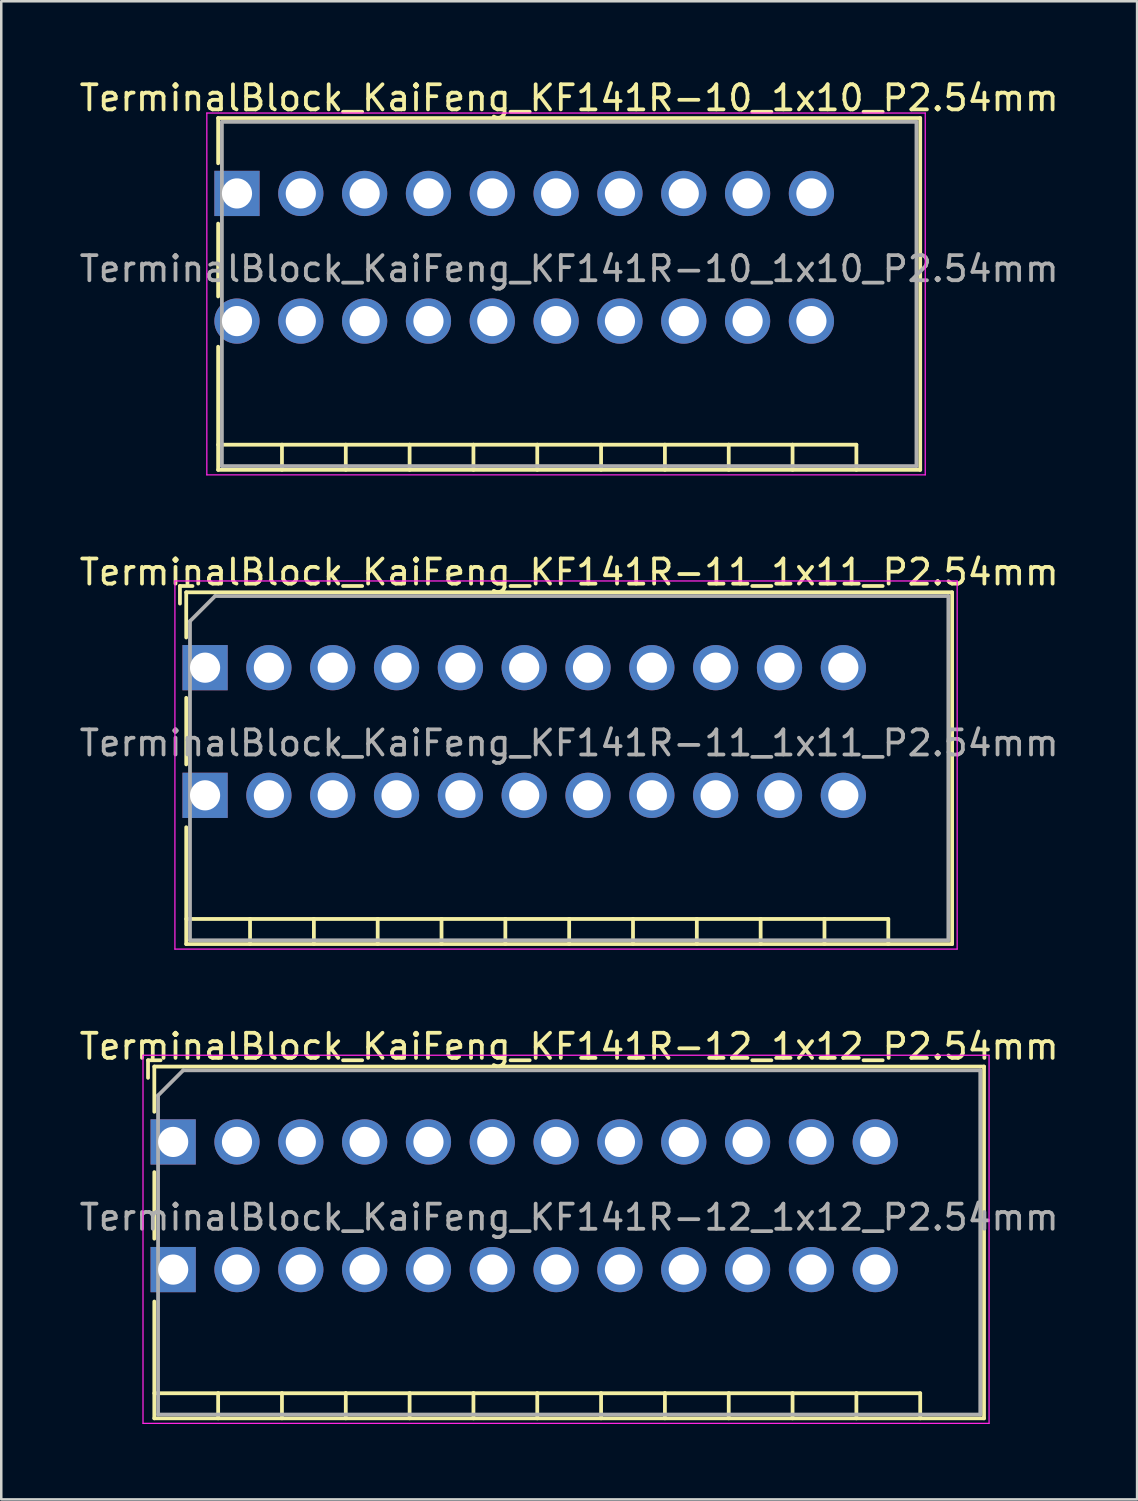
<source format=kicad_pcb>
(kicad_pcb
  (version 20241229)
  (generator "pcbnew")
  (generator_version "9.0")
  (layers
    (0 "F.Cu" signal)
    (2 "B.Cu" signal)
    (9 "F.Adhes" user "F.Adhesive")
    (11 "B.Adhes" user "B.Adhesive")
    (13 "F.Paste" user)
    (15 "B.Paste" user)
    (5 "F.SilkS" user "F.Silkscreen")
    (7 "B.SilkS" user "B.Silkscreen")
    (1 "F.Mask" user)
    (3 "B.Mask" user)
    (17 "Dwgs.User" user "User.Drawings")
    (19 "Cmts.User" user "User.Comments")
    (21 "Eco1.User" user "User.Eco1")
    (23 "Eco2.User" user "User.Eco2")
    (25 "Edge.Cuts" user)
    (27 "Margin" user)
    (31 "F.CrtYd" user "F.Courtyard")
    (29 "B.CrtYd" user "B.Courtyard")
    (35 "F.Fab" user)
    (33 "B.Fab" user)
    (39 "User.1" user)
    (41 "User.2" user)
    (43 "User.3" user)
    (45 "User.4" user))
  (footprint "TerminalBlock_KaiFeng_KF141R-12_1x12_P2.54mm"
    (layer "F.Cu")
    (at 3.841 42.395)
    (property "Reference" "TerminalBlock_KaiFeng_KF141R-12_1x12_P2.54mm" (at 15.76 -3.8 0) (layer "F.SilkS") (effects (font (size 1 1) (thickness 0.15))))
    (attr through_hole)
    (fp_line (start -1 -3.25) (end -1 -2.55) (stroke (width 0.15) (type solid)) (layer "F.SilkS"))
    (fp_line (start -1 -3.25) (end -0.5 -3.25) (stroke (width 0.15) (type solid)) (layer "F.SilkS"))
    (fp_line (start -0.75 -3) (end -0.75 -1.2) (stroke (width 0.15) (type solid)) (layer "F.SilkS"))
    (fp_line (start -0.75 -3) (end 32.27 -3) (stroke (width 0.15) (type solid)) (layer "F.SilkS"))
    (fp_line (start -0.75 3.85) (end -0.75 1.2) (stroke (width 0.15) (type solid)) (layer "F.SilkS"))
    (fp_line (start -0.75 6.35) (end -0.75 11) (stroke (width 0.15) (type solid)) (layer "F.SilkS"))
    (fp_line (start -0.75 10) (end 1.79 10) (stroke (width 0.15) (type solid)) (layer "F.SilkS"))
    (fp_line (start -0.75 11) (end 32.27 11) (stroke (width 0.15) (type solid)) (layer "F.SilkS"))
    (fp_line (start 1.79 10) (end 1.79 11) (stroke (width 0.15) (type solid)) (layer "F.SilkS"))
    (fp_line (start 1.79 10) (end 4.33 10) (stroke (width 0.15) (type solid)) (layer "F.SilkS"))
    (fp_line (start 4.33 10) (end 4.33 11) (stroke (width 0.15) (type solid)) (layer "F.SilkS"))
    (fp_line (start 4.33 10) (end 6.87 10) (stroke (width 0.15) (type solid)) (layer "F.SilkS"))
    (fp_line (start 6.87 10) (end 6.87 11) (stroke (width 0.15) (type solid)) (layer "F.SilkS"))
    (fp_line (start 6.87 10) (end 9.41 10) (stroke (width 0.15) (type solid)) (layer "F.SilkS"))
    (fp_line (start 9.41 10) (end 9.41 11) (stroke (width 0.15) (type solid)) (layer "F.SilkS"))
    (fp_line (start 9.41 10) (end 11.95 10) (stroke (width 0.15) (type solid)) (layer "F.SilkS"))
    (fp_line (start 11.95 10) (end 11.95 11) (stroke (width 0.15) (type solid)) (layer "F.SilkS"))
    (fp_line (start 11.95 10) (end 14.49 10) (stroke (width 0.15) (type solid)) (layer "F.SilkS"))
    (fp_line (start 14.49 10) (end 14.49 11) (stroke (width 0.15) (type solid)) (layer "F.SilkS"))
    (fp_line (start 14.49 10) (end 17.03 10) (stroke (width 0.15) (type solid)) (layer "F.SilkS"))
    (fp_line (start 17.03 10) (end 17.03 11) (stroke (width 0.15) (type solid)) (layer "F.SilkS"))
    (fp_line (start 17.03 10) (end 19.57 10) (stroke (width 0.15) (type solid)) (layer "F.SilkS"))
    (fp_line (start 19.57 10) (end 19.57 11) (stroke (width 0.15) (type solid)) (layer "F.SilkS"))
    (fp_line (start 19.57 10) (end 22.11 10) (stroke (width 0.15) (type solid)) (layer "F.SilkS"))
    (fp_line (start 22.11 10) (end 22.11 11) (stroke (width 0.15) (type solid)) (layer "F.SilkS"))
    (fp_line (start 22.11 10) (end 24.65 10) (stroke (width 0.15) (type solid)) (layer "F.SilkS"))
    (fp_line (start 24.65 10) (end 24.65 11) (stroke (width 0.15) (type solid)) (layer "F.SilkS"))
    (fp_line (start 24.65 10) (end 27.19 10) (stroke (width 0.15) (type solid)) (layer "F.SilkS"))
    (fp_line (start 27.19 10) (end 27.19 11) (stroke (width 0.15) (type solid)) (layer "F.SilkS"))
    (fp_line (start 27.19 10) (end 29.73 10) (stroke (width 0.15) (type solid)) (layer "F.SilkS"))
    (fp_line (start 29.73 10) (end 29.73 11) (stroke (width 0.15) (type solid)) (layer "F.SilkS"))
    (fp_line (start 32.27 -3) (end 32.27 11) (stroke (width 0.15) (type solid)) (layer "F.SilkS"))
    (fp_line (start -1.2 -3.45) (end -1.2 11.2) (stroke (width 0.05) (type solid)) (layer "F.CrtYd"))
    (fp_line (start -1.2 -3.45) (end 32.47 -3.45) (stroke (width 0.05) (type solid)) (layer "F.CrtYd"))
    (fp_line (start 32.47 -3.45) (end 32.47 11.2) (stroke (width 0.05) (type solid)) (layer "F.CrtYd"))
    (fp_line (start 32.47 11.2) (end -1.2 11.2) (stroke (width 0.05) (type solid)) (layer "F.CrtYd"))
    (fp_line (start -0.6 -1.85) (end 0.4 -2.85) (stroke (width 0.15) (type solid)) (layer "F.Fab"))
    (fp_line (start -0.6 10.85) (end -0.6 -1.85) (stroke (width 0.15) (type solid)) (layer "F.Fab"))
    (fp_line (start 0.4 -2.85) (end 32.12 -2.85) (stroke (width 0.15) (type solid)) (layer "F.Fab"))
    (fp_line (start 32.12 -2.85) (end 32.12 10.85) (stroke (width 0.15) (type solid)) (layer "F.Fab"))
    (fp_line (start 32.12 10.85) (end -0.6 10.85) (stroke (width 0.15) (type solid)) (layer "F.Fab"))
    (fp_text user "${REFERENCE}" (at 15.76 3 0) (layer "F.Fab") (effects (font (size 1 1) (thickness 0.15))))
    (pad "1" thru_hole rect (at 0 0) (size 1.8 1.8) (drill 1.2) (layers "*.Cu" "*.Mask"))
    (pad "1" thru_hole rect (at 0 5.08) (size 1.8 1.8) (drill 1.2) (layers "*.Cu" "*.Mask"))
    (pad "2" thru_hole circle (at 2.54 0) (size 1.8 1.8) (drill 1.2) (layers "*.Cu" "*.Mask"))
    (pad "2" thru_hole circle (at 2.54 5.08) (size 1.8 1.8) (drill 1.2) (layers "*.Cu" "*.Mask"))
    (pad "3" thru_hole circle (at 5.08 0) (size 1.8 1.8) (drill 1.2) (layers "*.Cu" "*.Mask"))
    (pad "3" thru_hole circle (at 5.08 5.08) (size 1.8 1.8) (drill 1.2) (layers "*.Cu" "*.Mask"))
    (pad "4" thru_hole circle (at 7.62 0) (size 1.8 1.8) (drill 1.2) (layers "*.Cu" "*.Mask"))
    (pad "4" thru_hole circle (at 7.62 5.08) (size 1.8 1.8) (drill 1.2) (layers "*.Cu" "*.Mask"))
    (pad "5" thru_hole circle (at 10.16 0) (size 1.8 1.8) (drill 1.2) (layers "*.Cu" "*.Mask"))
    (pad "5" thru_hole circle (at 10.16 5.08) (size 1.8 1.8) (drill 1.2) (layers "*.Cu" "*.Mask"))
    (pad "6" thru_hole circle (at 12.7 0) (size 1.8 1.8) (drill 1.2) (layers "*.Cu" "*.Mask"))
    (pad "6" thru_hole circle (at 12.7 5.08) (size 1.8 1.8) (drill 1.2) (layers "*.Cu" "*.Mask"))
    (pad "7" thru_hole circle (at 15.24 0) (size 1.8 1.8) (drill 1.2) (layers "*.Cu" "*.Mask"))
    (pad "7" thru_hole circle (at 15.24 5.08) (size 1.8 1.8) (drill 1.2) (layers "*.Cu" "*.Mask"))
    (pad "8" thru_hole circle (at 17.78 0) (size 1.8 1.8) (drill 1.2) (layers "*.Cu" "*.Mask"))
    (pad "8" thru_hole circle (at 17.78 5.08) (size 1.8 1.8) (drill 1.2) (layers "*.Cu" "*.Mask"))
    (pad "9" thru_hole circle (at 20.32 0) (size 1.8 1.8) (drill 1.2) (layers "*.Cu" "*.Mask"))
    (pad "9" thru_hole circle (at 20.32 5.08) (size 1.8 1.8) (drill 1.2) (layers "*.Cu" "*.Mask"))
    (pad "10" thru_hole circle (at 22.86 0) (size 1.8 1.8) (drill 1.2) (layers "*.Cu" "*.Mask"))
    (pad "10" thru_hole circle (at 22.86 5.08) (size 1.8 1.8) (drill 1.2) (layers "*.Cu" "*.Mask"))
    (pad "11" thru_hole circle (at 25.4 0) (size 1.8 1.8) (drill 1.2) (layers "*.Cu" "*.Mask"))
    (pad "11" thru_hole circle (at 25.4 5.08) (size 1.8 1.8) (drill 1.2) (layers "*.Cu" "*.Mask"))
    (pad "12" thru_hole circle (at 27.94 0) (size 1.8 1.8) (drill 1.2) (layers "*.Cu" "*.Mask"))
    (pad "12" thru_hole circle (at 27.94 5.08) (size 1.8 1.8) (drill 1.2) (layers "*.Cu" "*.Mask")))
  (footprint "TerminalBlock_KaiFeng_KF141R-11_1x11_P2.54mm"
    (layer "F.Cu")
    (at 5.111 23.521)
    (property "Reference" "TerminalBlock_KaiFeng_KF141R-11_1x11_P2.54mm" (at 14.49 -3.8 0) (layer "F.SilkS") (effects (font (size 1 1) (thickness 0.15))))
    (attr through_hole)
    (fp_line (start -1 -3.25) (end -1 -2.55) (stroke (width 0.15) (type solid)) (layer "F.SilkS"))
    (fp_line (start -1 -3.25) (end -0.5 -3.25) (stroke (width 0.15) (type solid)) (layer "F.SilkS"))
    (fp_line (start -0.75 -3) (end -0.75 -1.2) (stroke (width 0.15) (type solid)) (layer "F.SilkS"))
    (fp_line (start -0.75 -3) (end 29.73 -3) (stroke (width 0.15) (type solid)) (layer "F.SilkS"))
    (fp_line (start -0.75 3.85) (end -0.75 1.2) (stroke (width 0.15) (type solid)) (layer "F.SilkS"))
    (fp_line (start -0.75 6.35) (end -0.75 11) (stroke (width 0.15) (type solid)) (layer "F.SilkS"))
    (fp_line (start -0.75 10) (end 1.79 10) (stroke (width 0.15) (type solid)) (layer "F.SilkS"))
    (fp_line (start -0.75 11) (end 29.73 11) (stroke (width 0.15) (type solid)) (layer "F.SilkS"))
    (fp_line (start 1.79 10) (end 1.79 11) (stroke (width 0.15) (type solid)) (layer "F.SilkS"))
    (fp_line (start 1.79 10) (end 4.33 10) (stroke (width 0.15) (type solid)) (layer "F.SilkS"))
    (fp_line (start 4.33 10) (end 4.33 11) (stroke (width 0.15) (type solid)) (layer "F.SilkS"))
    (fp_line (start 4.33 10) (end 6.87 10) (stroke (width 0.15) (type solid)) (layer "F.SilkS"))
    (fp_line (start 6.87 10) (end 6.87 11) (stroke (width 0.15) (type solid)) (layer "F.SilkS"))
    (fp_line (start 6.87 10) (end 9.41 10) (stroke (width 0.15) (type solid)) (layer "F.SilkS"))
    (fp_line (start 9.41 10) (end 9.41 11) (stroke (width 0.15) (type solid)) (layer "F.SilkS"))
    (fp_line (start 9.41 10) (end 11.95 10) (stroke (width 0.15) (type solid)) (layer "F.SilkS"))
    (fp_line (start 11.95 10) (end 11.95 11) (stroke (width 0.15) (type solid)) (layer "F.SilkS"))
    (fp_line (start 11.95 10) (end 14.49 10) (stroke (width 0.15) (type solid)) (layer "F.SilkS"))
    (fp_line (start 14.49 10) (end 14.49 11) (stroke (width 0.15) (type solid)) (layer "F.SilkS"))
    (fp_line (start 14.49 10) (end 17.03 10) (stroke (width 0.15) (type solid)) (layer "F.SilkS"))
    (fp_line (start 17.03 10) (end 17.03 11) (stroke (width 0.15) (type solid)) (layer "F.SilkS"))
    (fp_line (start 17.03 10) (end 19.57 10) (stroke (width 0.15) (type solid)) (layer "F.SilkS"))
    (fp_line (start 19.57 10) (end 19.57 11) (stroke (width 0.15) (type solid)) (layer "F.SilkS"))
    (fp_line (start 19.57 10) (end 22.11 10) (stroke (width 0.15) (type solid)) (layer "F.SilkS"))
    (fp_line (start 22.11 10) (end 22.11 11) (stroke (width 0.15) (type solid)) (layer "F.SilkS"))
    (fp_line (start 22.11 10) (end 24.65 10) (stroke (width 0.15) (type solid)) (layer "F.SilkS"))
    (fp_line (start 24.65 10) (end 24.65 11) (stroke (width 0.15) (type solid)) (layer "F.SilkS"))
    (fp_line (start 24.65 10) (end 27.19 10) (stroke (width 0.15) (type solid)) (layer "F.SilkS"))
    (fp_line (start 27.19 10) (end 27.19 11) (stroke (width 0.15) (type solid)) (layer "F.SilkS"))
    (fp_line (start 29.73 -3) (end 29.73 11) (stroke (width 0.15) (type solid)) (layer "F.SilkS"))
    (fp_line (start -1.2 -3.45) (end -1.2 11.2) (stroke (width 0.05) (type solid)) (layer "F.CrtYd"))
    (fp_line (start -1.2 -3.45) (end 29.93 -3.45) (stroke (width 0.05) (type solid)) (layer "F.CrtYd"))
    (fp_line (start 29.93 -3.45) (end 29.93 11.2) (stroke (width 0.05) (type solid)) (layer "F.CrtYd"))
    (fp_line (start 29.93 11.2) (end -1.2 11.2) (stroke (width 0.05) (type solid)) (layer "F.CrtYd"))
    (fp_line (start -0.6 -1.85) (end 0.4 -2.85) (stroke (width 0.15) (type solid)) (layer "F.Fab"))
    (fp_line (start -0.6 10.85) (end -0.6 -1.85) (stroke (width 0.15) (type solid)) (layer "F.Fab"))
    (fp_line (start 0.4 -2.85) (end 29.58 -2.85) (stroke (width 0.15) (type solid)) (layer "F.Fab"))
    (fp_line (start 29.58 -2.85) (end 29.58 10.85) (stroke (width 0.15) (type solid)) (layer "F.Fab"))
    (fp_line (start 29.58 10.85) (end -0.6 10.85) (stroke (width 0.15) (type solid)) (layer "F.Fab"))
    (fp_text user "${REFERENCE}" (at 14.49 3 0) (layer "F.Fab") (effects (font (size 1 1) (thickness 0.15))))
    (pad "1" thru_hole rect (at 0 0) (size 1.8 1.8) (drill 1.2) (layers "*.Cu" "*.Mask"))
    (pad "1" thru_hole rect (at 0 5.08) (size 1.8 1.8) (drill 1.2) (layers "*.Cu" "*.Mask"))
    (pad "2" thru_hole circle (at 2.54 0) (size 1.8 1.8) (drill 1.2) (layers "*.Cu" "*.Mask"))
    (pad "2" thru_hole circle (at 2.54 5.08) (size 1.8 1.8) (drill 1.2) (layers "*.Cu" "*.Mask"))
    (pad "3" thru_hole circle (at 5.08 0) (size 1.8 1.8) (drill 1.2) (layers "*.Cu" "*.Mask"))
    (pad "3" thru_hole circle (at 5.08 5.08) (size 1.8 1.8) (drill 1.2) (layers "*.Cu" "*.Mask"))
    (pad "4" thru_hole circle (at 7.62 0) (size 1.8 1.8) (drill 1.2) (layers "*.Cu" "*.Mask"))
    (pad "4" thru_hole circle (at 7.62 5.08) (size 1.8 1.8) (drill 1.2) (layers "*.Cu" "*.Mask"))
    (pad "5" thru_hole circle (at 10.16 0) (size 1.8 1.8) (drill 1.2) (layers "*.Cu" "*.Mask"))
    (pad "5" thru_hole circle (at 10.16 5.08) (size 1.8 1.8) (drill 1.2) (layers "*.Cu" "*.Mask"))
    (pad "6" thru_hole circle (at 12.7 0) (size 1.8 1.8) (drill 1.2) (layers "*.Cu" "*.Mask"))
    (pad "6" thru_hole circle (at 12.7 5.08) (size 1.8 1.8) (drill 1.2) (layers "*.Cu" "*.Mask"))
    (pad "7" thru_hole circle (at 15.24 0) (size 1.8 1.8) (drill 1.2) (layers "*.Cu" "*.Mask"))
    (pad "7" thru_hole circle (at 15.24 5.08) (size 1.8 1.8) (drill 1.2) (layers "*.Cu" "*.Mask"))
    (pad "8" thru_hole circle (at 17.78 0) (size 1.8 1.8) (drill 1.2) (layers "*.Cu" "*.Mask"))
    (pad "8" thru_hole circle (at 17.78 5.08) (size 1.8 1.8) (drill 1.2) (layers "*.Cu" "*.Mask"))
    (pad "9" thru_hole circle (at 20.32 0) (size 1.8 1.8) (drill 1.2) (layers "*.Cu" "*.Mask"))
    (pad "9" thru_hole circle (at 20.32 5.08) (size 1.8 1.8) (drill 1.2) (layers "*.Cu" "*.Mask"))
    (pad "10" thru_hole circle (at 22.86 0) (size 1.8 1.8) (drill 1.2) (layers "*.Cu" "*.Mask"))
    (pad "10" thru_hole circle (at 22.86 5.08) (size 1.8 1.8) (drill 1.2) (layers "*.Cu" "*.Mask"))
    (pad "11" thru_hole circle (at 25.4 0) (size 1.8 1.8) (drill 1.2) (layers "*.Cu" "*.Mask"))
    (pad "11" thru_hole circle (at 25.4 5.08) (size 1.8 1.8) (drill 1.2) (layers "*.Cu" "*.Mask")))
  (footprint "TerminalBlock_KaiFeng_KF141R-10_1x10_P2.54mm"
    (layer "F.Cu")
    (at 6.381 4.648)
    (property "Reference" "TerminalBlock_KaiFeng_KF141R-10_1x10_P2.54mm" (at 13.22 -3.8 0) (layer "F.SilkS") (effects (font (size 1 1) (thickness 0.15))))
    (attr through_hole)
    (fp_line (start -0.75 -3) (end -0.75 -1.2) (stroke (width 0.15) (type solid)) (layer "F.SilkS"))
    (fp_line (start -0.75 -3) (end 27.19 -3) (stroke (width 0.15) (type solid)) (layer "F.SilkS"))
    (fp_line (start -0.75 4.1) (end -0.75 1.2) (stroke (width 0.15) (type solid)) (layer "F.SilkS"))
    (fp_line (start -0.75 6.1) (end -0.75 11) (stroke (width 0.15) (type solid)) (layer "F.SilkS"))
    (fp_line (start -0.75 10) (end 1.79 10) (stroke (width 0.15) (type solid)) (layer "F.SilkS"))
    (fp_line (start -0.75 11) (end 27.19 11) (stroke (width 0.15) (type solid)) (layer "F.SilkS"))
    (fp_line (start 1.79 10) (end 1.79 11) (stroke (width 0.15) (type solid)) (layer "F.SilkS"))
    (fp_line (start 1.79 10) (end 4.33 10) (stroke (width 0.15) (type solid)) (layer "F.SilkS"))
    (fp_line (start 4.33 10) (end 4.33 11) (stroke (width 0.15) (type solid)) (layer "F.SilkS"))
    (fp_line (start 4.33 10) (end 6.87 10) (stroke (width 0.15) (type solid)) (layer "F.SilkS"))
    (fp_line (start 6.87 10) (end 6.87 11) (stroke (width 0.15) (type solid)) (layer "F.SilkS"))
    (fp_line (start 6.87 10) (end 9.41 10) (stroke (width 0.15) (type solid)) (layer "F.SilkS"))
    (fp_line (start 9.41 10) (end 9.41 11) (stroke (width 0.15) (type solid)) (layer "F.SilkS"))
    (fp_line (start 9.41 10) (end 11.95 10) (stroke (width 0.15) (type solid)) (layer "F.SilkS"))
    (fp_line (start 11.95 10) (end 11.95 11) (stroke (width 0.15) (type solid)) (layer "F.SilkS"))
    (fp_line (start 11.95 10) (end 14.49 10) (stroke (width 0.15) (type solid)) (layer "F.SilkS"))
    (fp_line (start 14.49 10) (end 14.49 11) (stroke (width 0.15) (type solid)) (layer "F.SilkS"))
    (fp_line (start 14.49 10) (end 17.03 10) (stroke (width 0.15) (type solid)) (layer "F.SilkS"))
    (fp_line (start 17.03 10) (end 17.03 11) (stroke (width 0.15) (type solid)) (layer "F.SilkS"))
    (fp_line (start 17.03 10) (end 19.57 10) (stroke (width 0.15) (type solid)) (layer "F.SilkS"))
    (fp_line (start 19.57 10) (end 19.57 11) (stroke (width 0.15) (type solid)) (layer "F.SilkS"))
    (fp_line (start 19.57 10) (end 22.11 10) (stroke (width 0.15) (type solid)) (layer "F.SilkS"))
    (fp_line (start 22.11 10) (end 22.11 11) (stroke (width 0.15) (type solid)) (layer "F.SilkS"))
    (fp_line (start 22.11 10) (end 24.65 10) (stroke (width 0.15) (type solid)) (layer "F.SilkS"))
    (fp_line (start 24.65 10) (end 24.65 11) (stroke (width 0.15) (type solid)) (layer "F.SilkS"))
    (fp_line (start 27.19 -3) (end 27.19 11) (stroke (width 0.15) (type solid)) (layer "F.SilkS"))
    (fp_line (start -1.2 -3.2) (end -1.2 11.2) (stroke (width 0.05) (type solid)) (layer "F.CrtYd"))
    (fp_line (start -1.2 -3.2) (end 27.39 -3.2) (stroke (width 0.05) (type solid)) (layer "F.CrtYd"))
    (fp_line (start 27.39 -3.2) (end 27.39 11.2) (stroke (width 0.05) (type solid)) (layer "F.CrtYd"))
    (fp_line (start 27.39 11.2) (end -1.2 11.2) (stroke (width 0.05) (type solid)) (layer "F.CrtYd"))
    (fp_line (start -0.6 -2.85) (end 27.04 -2.85) (stroke (width 0.15) (type solid)) (layer "F.Fab"))
    (fp_line (start -0.6 10.85) (end -0.6 -2.85) (stroke (width 0.15) (type solid)) (layer "F.Fab"))
    (fp_line (start 27.04 -2.85) (end 27.04 10.85) (stroke (width 0.15) (type solid)) (layer "F.Fab"))
    (fp_line (start 27.04 10.85) (end -0.6 10.85) (stroke (width 0.15) (type solid)) (layer "F.Fab"))
    (fp_text user "${REFERENCE}" (at 13.22 3 0) (layer "F.Fab") (effects (font (size 1 1) (thickness 0.15))))
    (pad "1" thru_hole rect (at 0 0) (size 1.8 1.8) (drill 1.2) (layers "*.Cu" "*.Mask"))
    (pad "1" thru_hole circle (at 0 5.08) (size 1.8 1.8) (drill 1.2) (layers "*.Cu" "*.Mask"))
    (pad "2" thru_hole circle (at 2.54 0) (size 1.8 1.8) (drill 1.2) (layers "*.Cu" "*.Mask"))
    (pad "2" thru_hole circle (at 2.54 5.08) (size 1.8 1.8) (drill 1.2) (layers "*.Cu" "*.Mask"))
    (pad "3" thru_hole circle (at 5.08 0) (size 1.8 1.8) (drill 1.2) (layers "*.Cu" "*.Mask"))
    (pad "3" thru_hole circle (at 5.08 5.08) (size 1.8 1.8) (drill 1.2) (layers "*.Cu" "*.Mask"))
    (pad "4" thru_hole circle (at 7.62 0) (size 1.8 1.8) (drill 1.2) (layers "*.Cu" "*.Mask"))
    (pad "4" thru_hole circle (at 7.62 5.08) (size 1.8 1.8) (drill 1.2) (layers "*.Cu" "*.Mask"))
    (pad "5" thru_hole circle (at 10.16 0) (size 1.8 1.8) (drill 1.2) (layers "*.Cu" "*.Mask"))
    (pad "5" thru_hole circle (at 10.16 5.08) (size 1.8 1.8) (drill 1.2) (layers "*.Cu" "*.Mask"))
    (pad "6" thru_hole circle (at 12.7 0) (size 1.8 1.8) (drill 1.2) (layers "*.Cu" "*.Mask"))
    (pad "6" thru_hole circle (at 12.7 5.08) (size 1.8 1.8) (drill 1.2) (layers "*.Cu" "*.Mask"))
    (pad "7" thru_hole circle (at 15.24 0) (size 1.8 1.8) (drill 1.2) (layers "*.Cu" "*.Mask"))
    (pad "7" thru_hole circle (at 15.24 5.08) (size 1.8 1.8) (drill 1.2) (layers "*.Cu" "*.Mask"))
    (pad "8" thru_hole circle (at 17.78 0) (size 1.8 1.8) (drill 1.2) (layers "*.Cu" "*.Mask"))
    (pad "8" thru_hole circle (at 17.78 5.08) (size 1.8 1.8) (drill 1.2) (layers "*.Cu" "*.Mask"))
    (pad "9" thru_hole circle (at 20.32 0) (size 1.8 1.8) (drill 1.2) (layers "*.Cu" "*.Mask"))
    (pad "9" thru_hole circle (at 20.32 5.08) (size 1.8 1.8) (drill 1.2) (layers "*.Cu" "*.Mask"))
    (pad "10" thru_hole circle (at 22.86 0) (size 1.8 1.8) (drill 1.2) (layers "*.Cu" "*.Mask"))
    (pad "10" thru_hole circle (at 22.86 5.08) (size 1.8 1.8) (drill 1.2) (layers "*.Cu" "*.Mask")))
  (gr_rect
    (start -3 -3)
    (end 42.202 56.62)
    (stroke (width 0.1) (type default))
    (fill no)
    (layer "Edge.Cuts")))
</source>
